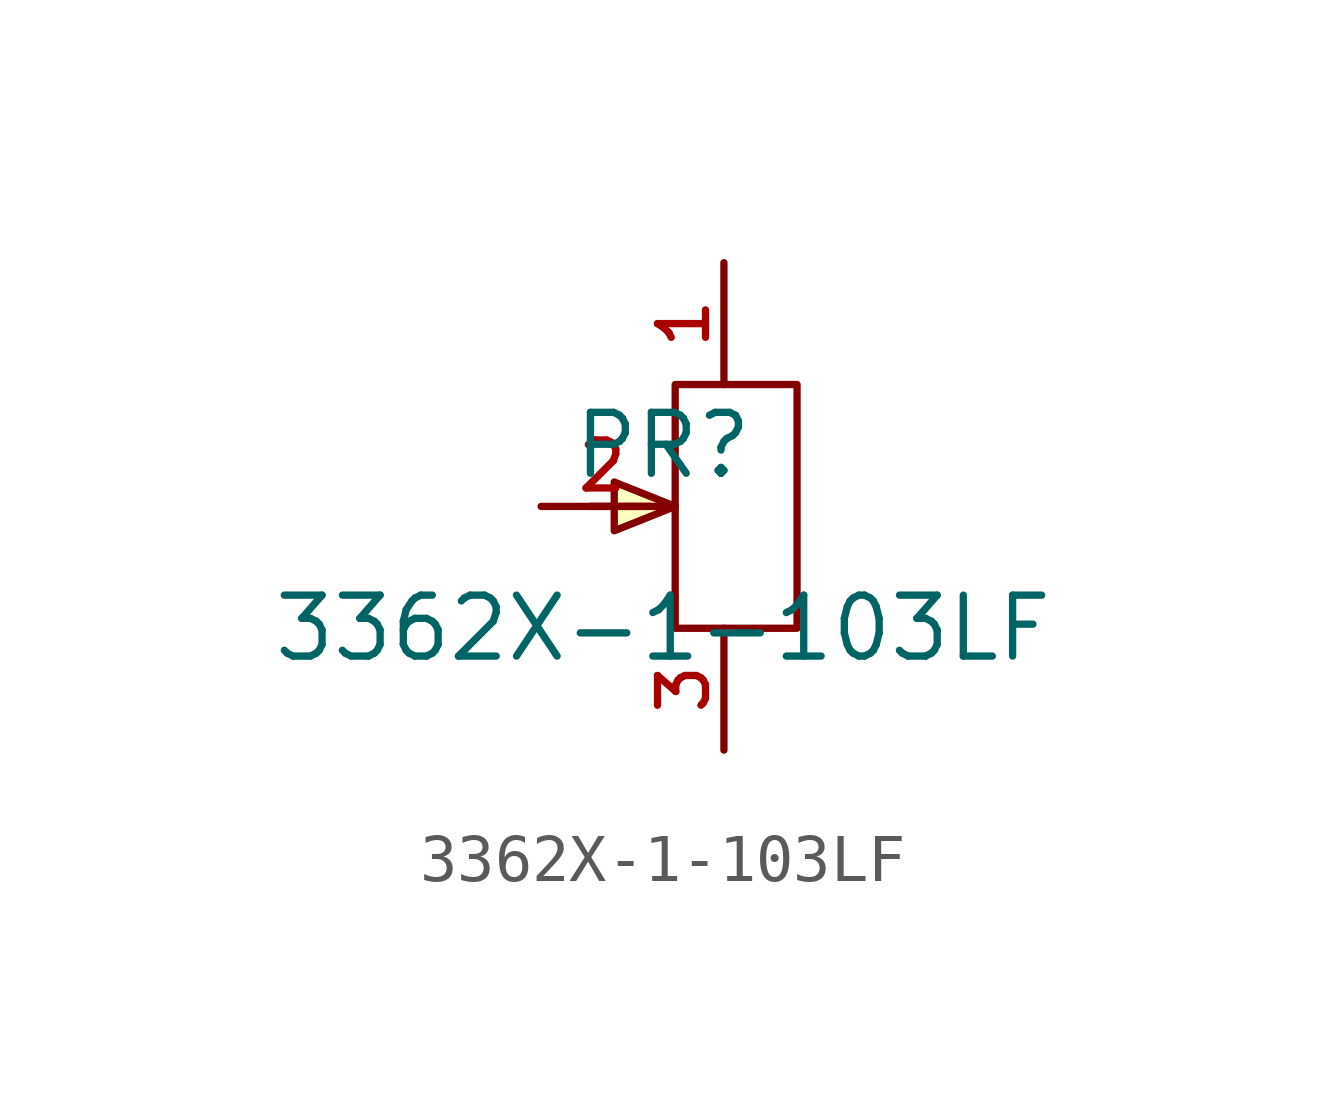
<source format=kicad_sym>
(kicad_symbol_lib
  (version 20210201)
  (generator TousstNicolas/JLC2KiCad_lib)
  (symbol "3362X-1-103LF"
    (pin_names hide)
    (property "Reference" "PR"
      (at 0 1.27 0)
      (effects (font (size 1.27 1.27))))
    (property "Value" "3362X-1-103LF"
      (at 0 -2.54 0)
      (effects (font (size 1.27 1.27))))
    (symbol "3362X-1-103LF_0_1"
      (pin input line (at 1.27 5.08 270) (length 2.54) (name "1" (effects (font (size 1 1)))) (number "1" (effects (font (size 1 1)))))
      (polyline (pts (xy 0.254 -2.54) (xy 0.254 2.54) (xy 2.794 2.54) (xy 2.794 -2.54) (xy 0.254 -2.54)) (stroke (width 0) (type default) (color 0 0 0 0)) (fill (type none)))
      (pin input line (at -2.54 -0.0 0) (length 2.54) (name "2" (effects (font (size 1 1)))) (number "2" (effects (font (size 1 1)))))
      (pin input line (at 1.27 -5.08 90) (length 2.54) (name "3" (effects (font (size 1 1)))) (number "3" (effects (font (size 1 1)))))
      (polyline (pts (xy -0.254 -0.0) (xy -1.524 -0.0)) (stroke (width 0) (type default) (color 0 0 0 0)) (fill (type none)))
      (polyline (pts (xy 0.254 -0.0) (xy -1.016 -0.508) (xy -1.016 0.508) (xy 0.254 -0.0)) (stroke (width 0) (type default) (color 0 0 0 0)) (fill (type background))))))
</source>
